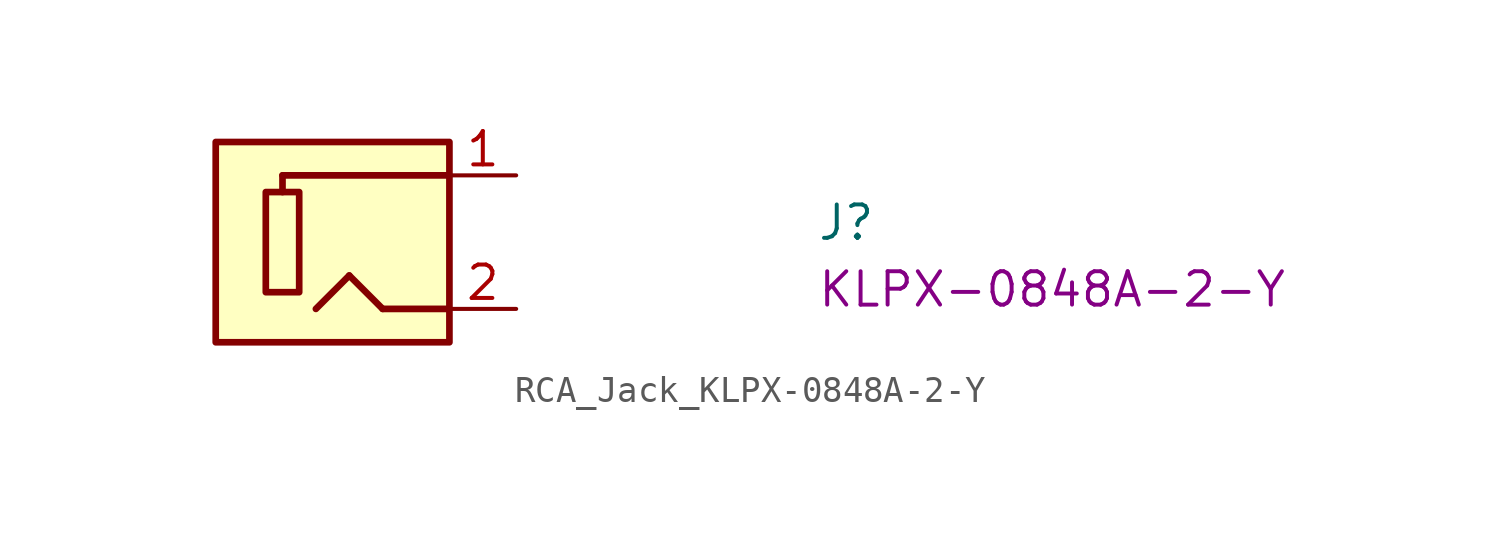
<source format=kicad_sym>
(kicad_symbol_lib
  (version 20220914)
  (generator kicad_symbol_editor)
  (symbol "RCA_Jack_KLPX-0848A-2-Y"
    (property "Reference" "J"
      (at 11.43 -2.54 0)
      (effects (font (size 1.27 1.27) (thickness 0.15)) (justify left bottom)))
    (property "MPN" "KLPX-0848A-2-Y"
      (at 11.43 -5.08 0)
      (effects (font (size 1.27 1.27) (thickness 0.15)) (justify left bottom)))
    (symbol "RCA_Jack_KLPX-0848A-2-Y_0_1"
      (rectangle (start -9.525 -4.445) (end -8.255 -0.635) (stroke (width 0.254) (type default)) (fill (type none))))
    (symbol "RCA_Jack_KLPX-0848A-2-Y_1_1"
      (rectangle (start -2.54 -6.35) (end -11.43 1.27) (stroke (width 0.254) (type default)) (fill (type background)))
      (polyline (pts (xy -8.89 0) (xy -8.89 -0.635)) (stroke (width 0.254) (type default)) (fill (type background)))
      (polyline (pts (xy -8.89 0) (xy -2.54 0)) (stroke (width 0.254) (type default)) (fill (type background)))
      (polyline (pts (xy -7.62 -5.08) (xy -6.35 -3.81)) (stroke (width 0.254) (type default)) (fill (type background)))
      (polyline (pts (xy -6.35 -3.81) (xy -5.08 -5.08)) (stroke (width 0.254) (type default)) (fill (type background)))
      (polyline (pts (xy -5.08 -5.08) (xy -2.54 -5.08)) (stroke (width 0.254) (type default)) (fill (type background)))
      (pin passive line (at 0 0 180) (length 2.54) (name "~" (effects (font (size 1.27 1.27)))) (number "1" (effects (font (size 1.27 1.27)))))
      (pin passive line (at 0 -5.08 180) (length 2.54) (name "~" (effects (font (size 1.27 1.27)))) (number "2" (effects (font (size 1.27 1.27))))))))
</source>
